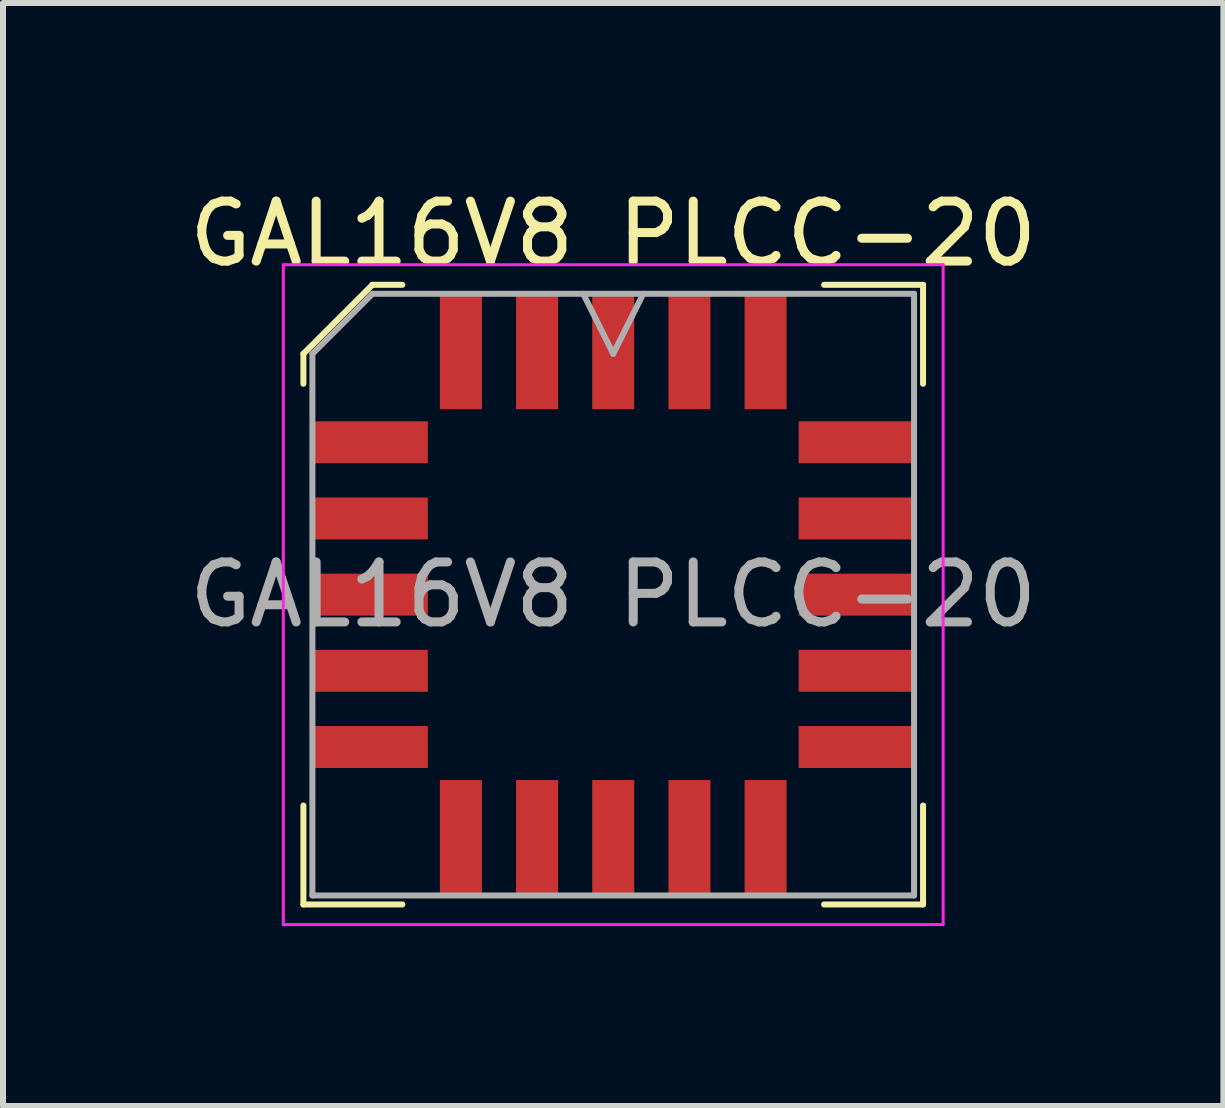
<source format=kicad_pcb>
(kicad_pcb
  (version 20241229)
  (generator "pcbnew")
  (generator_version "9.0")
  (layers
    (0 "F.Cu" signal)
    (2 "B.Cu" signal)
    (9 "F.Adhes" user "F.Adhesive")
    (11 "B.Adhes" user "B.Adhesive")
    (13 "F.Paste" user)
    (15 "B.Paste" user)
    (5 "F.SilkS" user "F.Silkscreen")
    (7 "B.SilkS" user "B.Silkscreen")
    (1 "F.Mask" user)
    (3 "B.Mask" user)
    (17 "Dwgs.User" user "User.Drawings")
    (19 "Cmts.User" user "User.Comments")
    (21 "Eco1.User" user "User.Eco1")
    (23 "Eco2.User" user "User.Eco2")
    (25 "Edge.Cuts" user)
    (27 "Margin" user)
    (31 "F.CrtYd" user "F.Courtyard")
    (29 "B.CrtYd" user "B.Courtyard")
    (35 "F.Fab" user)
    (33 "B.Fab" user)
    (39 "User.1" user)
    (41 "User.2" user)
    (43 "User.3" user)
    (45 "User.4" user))
  (footprint "GAL16V8 PLCC-20"
    (layer "F.Cu")
    (at 7.173 6.863)
    (property "Reference" "GAL16V8 PLCC-20" (at 0 -6.015 0) (layer "F.SilkS") (effects (font (size 1 1) (thickness 0.15))))
    (attr smd)
    (fp_line (start -5.165 -4.015) (end -5.165 -3.515) (stroke (width 0.1) (type solid)) (layer "F.SilkS"))
    (fp_line (start -5.165 5.165) (end -5.165 3.515) (stroke (width 0.1) (type solid)) (layer "F.SilkS"))
    (fp_line (start -4.015 -5.165) (end -5.165 -4.015) (stroke (width 0.1) (type solid)) (layer "F.SilkS"))
    (fp_line (start -3.515 -5.165) (end -4.015 -5.165) (stroke (width 0.1) (type solid)) (layer "F.SilkS"))
    (fp_line (start -3.515 5.165) (end -5.165 5.165) (stroke (width 0.1) (type solid)) (layer "F.SilkS"))
    (fp_line (start 3.515 -5.165) (end 5.165 -5.165) (stroke (width 0.1) (type solid)) (layer "F.SilkS"))
    (fp_line (start 3.515 5.165) (end 5.165 5.165) (stroke (width 0.1) (type solid)) (layer "F.SilkS"))
    (fp_line (start 5.165 -5.165) (end 5.165 -3.515) (stroke (width 0.1) (type solid)) (layer "F.SilkS"))
    (fp_line (start 5.165 5.165) (end 5.165 3.515) (stroke (width 0.1) (type solid)) (layer "F.SilkS"))
    (fp_line (start -5.5 -5.5) (end -5.5 5.5) (stroke (width 0.05) (type solid)) (layer "F.CrtYd"))
    (fp_line (start -5.5 5.5) (end 5.5 5.5) (stroke (width 0.05) (type solid)) (layer "F.CrtYd"))
    (fp_line (start 5.5 -5.5) (end -5.5 -5.5) (stroke (width 0.05) (type solid)) (layer "F.CrtYd"))
    (fp_line (start 5.5 5.5) (end 5.5 -5.5) (stroke (width 0.05) (type solid)) (layer "F.CrtYd"))
    (fp_line (start -5.015 -4.015) (end -5.015 5.015) (stroke (width 0.1) (type solid)) (layer "F.Fab"))
    (fp_line (start -5.015 5.015) (end 5.015 5.015) (stroke (width 0.1) (type solid)) (layer "F.Fab"))
    (fp_line (start -4.015 -5.015) (end -5.015 -4.015) (stroke (width 0.1) (type solid)) (layer "F.Fab"))
    (fp_line (start -0.5 -5.015) (end 0 -4.015) (stroke (width 0.1) (type solid)) (layer "F.Fab"))
    (fp_line (start 0 -4.015) (end 0.5 -5.015) (stroke (width 0.1) (type solid)) (layer "F.Fab"))
    (fp_line (start 5.015 -5.015) (end -4.015 -5.015) (stroke (width 0.1) (type solid)) (layer "F.Fab"))
    (fp_line (start 5.015 5.015) (end 5.015 -5.015) (stroke (width 0.1) (type solid)) (layer "F.Fab"))
    (fp_text user "${REFERENCE}" (at 0 0 0) (layer "F.Fab") (effects (font (size 1 1) (thickness 0.15))))
    (pad "1" smd rect (at 0 -4.053) (size 0.7 1.925) (layers "F.Cu" "F.Mask" "F.Paste"))
    (pad "2" smd rect (at -1.27 -4.053) (size 0.7 1.925) (layers "F.Cu" "F.Mask" "F.Paste"))
    (pad "3" smd rect (at -2.54 -4.053) (size 0.7 1.925) (layers "F.Cu" "F.Mask" "F.Paste"))
    (pad "4" smd rect (at -4.053 -2.54) (size 1.925 0.7) (layers "F.Cu" "F.Mask" "F.Paste"))
    (pad "5" smd rect (at -4.053 -1.27) (size 1.925 0.7) (layers "F.Cu" "F.Mask" "F.Paste"))
    (pad "6" smd rect (at -4.053 0) (size 1.925 0.7) (layers "F.Cu" "F.Mask" "F.Paste"))
    (pad "7" smd rect (at -4.053 1.27) (size 1.925 0.7) (layers "F.Cu" "F.Mask" "F.Paste"))
    (pad "8" smd rect (at -4.053 2.54) (size 1.925 0.7) (layers "F.Cu" "F.Mask" "F.Paste"))
    (pad "9" smd rect (at -2.54 4.053) (size 0.7 1.925) (layers "F.Cu" "F.Mask" "F.Paste"))
    (pad "10" smd rect (at -1.27 4.053) (size 0.7 1.925) (layers "F.Cu" "F.Mask" "F.Paste"))
    (pad "11" smd rect (at 0 4.053) (size 0.7 1.925) (layers "F.Cu" "F.Mask" "F.Paste"))
    (pad "12" smd rect (at 1.27 4.053) (size 0.7 1.925) (layers "F.Cu" "F.Mask" "F.Paste"))
    (pad "13" smd rect (at 2.54 4.053) (size 0.7 1.925) (layers "F.Cu" "F.Mask" "F.Paste"))
    (pad "14" smd rect (at 4.053 2.54) (size 1.925 0.7) (layers "F.Cu" "F.Mask" "F.Paste"))
    (pad "15" smd rect (at 4.053 1.27) (size 1.925 0.7) (layers "F.Cu" "F.Mask" "F.Paste"))
    (pad "16" smd rect (at 4.053 0) (size 1.925 0.7) (layers "F.Cu" "F.Mask" "F.Paste"))
    (pad "17" smd rect (at 4.053 -1.27) (size 1.925 0.7) (layers "F.Cu" "F.Mask" "F.Paste"))
    (pad "18" smd rect (at 4.053 -2.54) (size 1.925 0.7) (layers "F.Cu" "F.Mask" "F.Paste"))
    (pad "19" smd rect (at 2.54 -4.053) (size 0.7 1.925) (layers "F.Cu" "F.Mask" "F.Paste"))
    (pad "20" smd rect (at 1.27 -4.053) (size 0.7 1.925) (layers "F.Cu" "F.Mask" "F.Paste")))
  (gr_rect
    (start -3 -3)
    (end 17.345 15.388)
    (stroke (width 0.1) (type default))
    (fill no)
    (layer "Edge.Cuts")))
</source>
